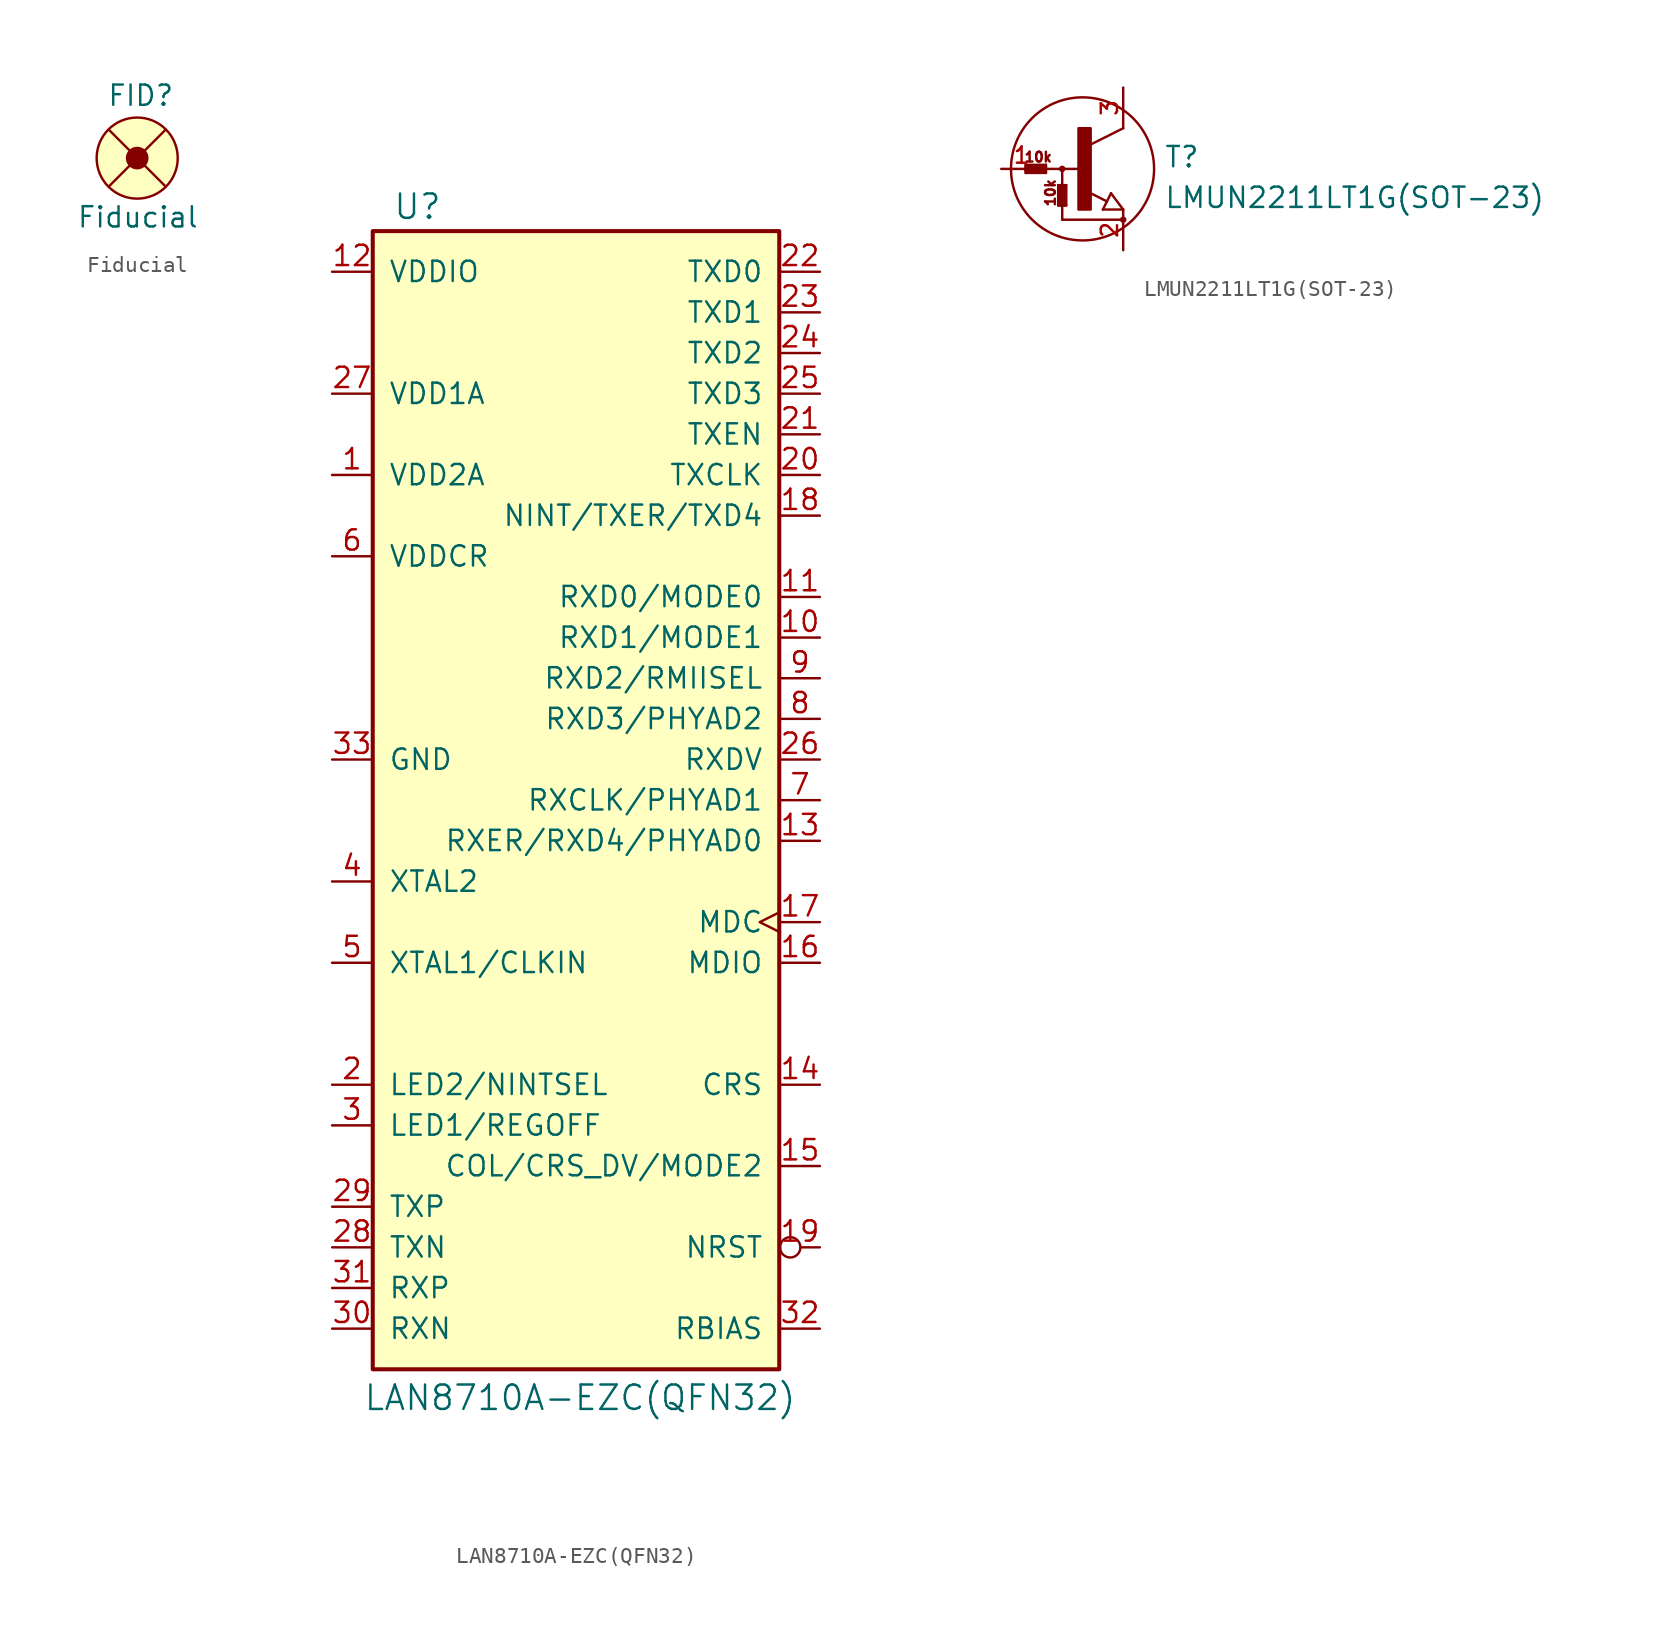
<source format=kicad_sym>
(kicad_symbol_lib
  (version 20231120)
  (generator "kicad_symbol_editor")
  (generator_version "8.0")
  (symbol "Fiducial"
    (pin_numbers hide)
    (pin_names
      (offset 0) hide)
    (property "Reference" "FID"
      (at -1.905 3.175 0)
      (effects (font (size 1.27 1.27)) (justify left bottom)))
    (property "Value" "Fiducial"
      (at -3.81 -4.445 0)
      (effects (font (size 1.27 1.27)) (justify left bottom)))
    (property "Datasheet" ""
      (at -1.27 0 90)
      (effects (font (size 1.524 1.524))))
    (symbol "Fiducial_0_1"
      (polyline (pts (xy -1.778 -1.778) (xy 1.778 1.778)) (stroke (width 0) (type solid)) (fill (type none)))
      (polyline (pts (xy 1.778 -1.778) (xy -1.778 1.778)) (stroke (width 0) (type solid)) (fill (type none)))
      (circle (center 0 0) (radius 0.635) (stroke (width 0) (type solid)) (fill (type outline)))
      (circle (center 0 0) (radius 2.54) (stroke (width 0) (type solid)) (fill (type background))))
    (symbol "Fiducial_1_1"
      (pin no_connect line (at 0 0 90) (length 0) (name "FID*" (effects (font (size 1.27 1.27)))) (number "Fid1" (effects (font (size 1.27 1.27)))))))
  (symbol "LAN8710A-EZC(QFN32)"
    (pin_names
      (offset 1.016))
    (property "Reference" "U"
      (at -9.906 37.084 0)
      (effects (font (size 1.524 1.524))))
    (property "Value" "LAN8710A-EZC(QFN32)"
      (at 0.254 -37.338 0)
      (effects (font (size 1.524 1.524))))
    (symbol "LAN8710A-EZC(QFN32)_0_1"
      (rectangle (start -12.7 35.56) (end 12.7 -35.56) (stroke (width 0.254) (type solid)) (fill (type background))))
    (symbol "LAN8710A-EZC(QFN32)_1_1"
      (pin power_in line (at -15.24 20.32 0) (length 2.489) (name "VDD2A" (effects (font (size 1.27 1.27)))) (number "1" (effects (font (size 1.27 1.27)))))
      (pin bidirectional line (at 15.24 10.16 180) (length 2.489) (name "RXD1/MODE1" (effects (font (size 1.27 1.27)))) (number "10" (effects (font (size 1.27 1.27)))))
      (pin bidirectional line (at 15.24 12.7 180) (length 2.489) (name "RXD0/MODE0" (effects (font (size 1.27 1.27)))) (number "11" (effects (font (size 1.27 1.27)))))
      (pin power_in line (at -15.24 33.02 0) (length 2.489) (name "VDDIO" (effects (font (size 1.27 1.27)))) (number "12" (effects (font (size 1.27 1.27)))))
      (pin bidirectional line (at 15.24 -2.54 180) (length 2.489) (name "RXER/RXD4/PHYAD0" (effects (font (size 1.27 1.27)))) (number "13" (effects (font (size 1.27 1.27)))))
      (pin output line (at 15.24 -17.78 180) (length 2.489) (name "CRS" (effects (font (size 1.27 1.27)))) (number "14" (effects (font (size 1.27 1.27)))))
      (pin bidirectional line (at 15.24 -22.86 180) (length 2.489) (name "COL/CRS_DV/MODE2" (effects (font (size 1.27 1.27)))) (number "15" (effects (font (size 1.27 1.27)))))
      (pin bidirectional line (at 15.24 -10.16 180) (length 2.489) (name "MDIO" (effects (font (size 1.27 1.27)))) (number "16" (effects (font (size 1.27 1.27)))))
      (pin input clock (at 15.24 -7.62 180) (length 2.489) (name "MDC" (effects (font (size 1.27 1.27)))) (number "17" (effects (font (size 1.27 1.27)))))
      (pin bidirectional line (at 15.24 17.78 180) (length 2.489) (name "NINT/TXER/TXD4" (effects (font (size 1.27 1.27)))) (number "18" (effects (font (size 1.27 1.27)))))
      (pin input inverted (at 15.24 -27.94 180) (length 2.489) (name "NRST" (effects (font (size 1.27 1.27)))) (number "19" (effects (font (size 1.27 1.27)))))
      (pin bidirectional line (at -15.24 -17.78 0) (length 2.489) (name "LED2/NINTSEL" (effects (font (size 1.27 1.27)))) (number "2" (effects (font (size 1.27 1.27)))))
      (pin output line (at 15.24 20.32 180) (length 2.489) (name "TXCLK" (effects (font (size 1.27 1.27)))) (number "20" (effects (font (size 1.27 1.27)))))
      (pin input line (at 15.24 22.86 180) (length 2.489) (name "TXEN" (effects (font (size 1.27 1.27)))) (number "21" (effects (font (size 1.27 1.27)))))
      (pin input line (at 15.24 33.02 180) (length 2.489) (name "TXD0" (effects (font (size 1.27 1.27)))) (number "22" (effects (font (size 1.27 1.27)))))
      (pin input line (at 15.24 30.48 180) (length 2.489) (name "TXD1" (effects (font (size 1.27 1.27)))) (number "23" (effects (font (size 1.27 1.27)))))
      (pin input line (at 15.24 27.94 180) (length 2.489) (name "TXD2" (effects (font (size 1.27 1.27)))) (number "24" (effects (font (size 1.27 1.27)))))
      (pin input line (at 15.24 25.4 180) (length 2.489) (name "TXD3" (effects (font (size 1.27 1.27)))) (number "25" (effects (font (size 1.27 1.27)))))
      (pin output line (at 15.24 2.54 180) (length 2.489) (name "RXDV" (effects (font (size 1.27 1.27)))) (number "26" (effects (font (size 1.27 1.27)))))
      (pin power_in line (at -15.24 25.4 0) (length 2.489) (name "VDD1A" (effects (font (size 1.27 1.27)))) (number "27" (effects (font (size 1.27 1.27)))))
      (pin output line (at -15.24 -27.94 0) (length 2.489) (name "TXN" (effects (font (size 1.27 1.27)))) (number "28" (effects (font (size 1.27 1.27)))))
      (pin output line (at -15.24 -25.4 0) (length 2.489) (name "TXP" (effects (font (size 1.27 1.27)))) (number "29" (effects (font (size 1.27 1.27)))))
      (pin bidirectional line (at -15.24 -20.32 0) (length 2.489) (name "LED1/REGOFF" (effects (font (size 1.27 1.27)))) (number "3" (effects (font (size 1.27 1.27)))))
      (pin input line (at -15.24 -33.02 0) (length 2.489) (name "RXN" (effects (font (size 1.27 1.27)))) (number "30" (effects (font (size 1.27 1.27)))))
      (pin input line (at -15.24 -30.48 0) (length 2.489) (name "RXP" (effects (font (size 1.27 1.27)))) (number "31" (effects (font (size 1.27 1.27)))))
      (pin input line (at 15.24 -33.02 180) (length 2.489) (name "RBIAS" (effects (font (size 1.27 1.27)))) (number "32" (effects (font (size 1.27 1.27)))))
      (pin power_in line (at -15.24 2.54 0) (length 2.489) (name "GND" (effects (font (size 1.27 1.27)))) (number "33" (effects (font (size 1.27 1.27)))))
      (pin output line (at -15.24 -5.08 0) (length 2.489) (name "XTAL2" (effects (font (size 1.27 1.27)))) (number "4" (effects (font (size 1.27 1.27)))))
      (pin input line (at -15.24 -10.16 0) (length 2.489) (name "XTAL1/CLKIN" (effects (font (size 1.27 1.27)))) (number "5" (effects (font (size 1.27 1.27)))))
      (pin power_in line (at -15.24 15.24 0) (length 2.489) (name "VDDCR" (effects (font (size 1.27 1.27)))) (number "6" (effects (font (size 1.27 1.27)))))
      (pin bidirectional line (at 15.24 0 180) (length 2.489) (name "RXCLK/PHYAD1" (effects (font (size 1.27 1.27)))) (number "7" (effects (font (size 1.27 1.27)))))
      (pin bidirectional line (at 15.24 5.08 180) (length 2.489) (name "RXD3/PHYAD2" (effects (font (size 1.27 1.27)))) (number "8" (effects (font (size 1.27 1.27)))))
      (pin bidirectional line (at 15.24 7.62 180) (length 2.489) (name "RXD2/RMIISEL" (effects (font (size 1.27 1.27)))) (number "9" (effects (font (size 1.27 1.27)))))))
  (symbol "LMUN2211LT1G(SOT-23)"
    (pin_names
      (offset 0) hide)
    (property "Reference" "T"
      (at 5.08 0 0)
      (effects (font (size 1.27 1.27)) (justify left bottom)))
    (property "Value" "LMUN2211LT1G(SOT-23)"
      (at 5.08 -2.54 0)
      (effects (font (size 1.27 1.27)) (justify left bottom)))
    (property "Datasheet" ""
      (at 0 0 0)
      (effects (font (size 1.524 1.524))))
    (symbol "LMUN2211LT1G(SOT-23)_1_0"
      (polyline (pts (xy -3.556 -0.254) (xy -2.286 -0.254)) (stroke (width 0) (type solid)) (fill (type none)))
      (polyline (pts (xy -3.556 -0.127) (xy -3.556 -0.254)) (stroke (width 0) (type solid)) (fill (type none)))
      (polyline (pts (xy -3.556 -0.127) (xy -2.286 -0.127)) (stroke (width 0) (type solid)) (fill (type none)))
      (polyline (pts (xy -3.556 0) (xy -3.556 -0.127)) (stroke (width 0) (type solid)) (fill (type none)))
      (polyline (pts (xy -3.556 0.127) (xy -3.556 0)) (stroke (width 0) (type solid)) (fill (type none)))
      (polyline (pts (xy -3.556 0.127) (xy -2.286 0.127)) (stroke (width 0) (type solid)) (fill (type none)))
      (polyline (pts (xy -3.556 0.254) (xy -3.556 0.127)) (stroke (width 0) (type solid)) (fill (type none)))
      (polyline (pts (xy -3.556 0.254) (xy -2.286 0.254)) (stroke (width 0) (type solid)) (fill (type none)))
      (polyline (pts (xy -2.286 0) (xy -3.556 0)) (stroke (width 0) (type solid)) (fill (type none)))
      (polyline (pts (xy -2.286 0) (xy -2.286 -0.254)) (stroke (width 0) (type solid)) (fill (type none)))
      (polyline (pts (xy -2.286 0.127) (xy -2.286 0)) (stroke (width 0) (type solid)) (fill (type none)))
      (polyline (pts (xy -2.286 0.254) (xy -2.286 0.127)) (stroke (width 0) (type solid)) (fill (type none)))
      (polyline (pts (xy -1.524 -2.286) (xy -1.524 -1.016)) (stroke (width 0) (type solid)) (fill (type none)))
      (polyline (pts (xy -1.524 -2.286) (xy -1.397 -2.286)) (stroke (width 0) (type solid)) (fill (type none)))
      (polyline (pts (xy -1.524 -1.016) (xy -1.397 -1.016)) (stroke (width 0) (type solid)) (fill (type none)))
      (polyline (pts (xy -1.397 -2.286) (xy -1.397 -1.016)) (stroke (width 0) (type solid)) (fill (type none)))
      (polyline (pts (xy -1.397 -2.286) (xy -1.143 -2.286)) (stroke (width 0) (type solid)) (fill (type none)))
      (polyline (pts (xy -1.397 -1.016) (xy -1.143 -1.016)) (stroke (width 0) (type solid)) (fill (type none)))
      (polyline (pts (xy -1.27 -3.175) (xy 2.54 -3.175)) (stroke (width 0) (type solid)) (fill (type none)))
      (polyline (pts (xy -1.27 0) (xy -2.286 0)) (stroke (width 0) (type solid)) (fill (type none)))
      (polyline (pts (xy -1.27 0) (xy -1.27 -3.175)) (stroke (width 0) (type solid)) (fill (type none)))
      (polyline (pts (xy -1.143 -2.286) (xy -1.143 -1.016)) (stroke (width 0) (type solid)) (fill (type none)))
      (polyline (pts (xy -1.143 -2.286) (xy -1.016 -2.286)) (stroke (width 0) (type solid)) (fill (type none)))
      (polyline (pts (xy -1.143 -1.016) (xy -1.016 -1.016)) (stroke (width 0) (type solid)) (fill (type none)))
      (polyline (pts (xy -1.016 -2.286) (xy -1.016 -1.016)) (stroke (width 0) (type solid)) (fill (type none)))
      (polyline (pts (xy 0 0) (xy -1.27 0)) (stroke (width 0) (type solid)) (fill (type none)))
      (polyline (pts (xy 1.27 -2.54) (xy 1.778 -1.524)) (stroke (width 0) (type solid)) (fill (type none)))
      (polyline (pts (xy 1.524 -2.032) (xy 0.305 -1.422)) (stroke (width 0) (type solid)) (fill (type none)))
      (polyline (pts (xy 1.778 -1.524) (xy 2.54 -2.54)) (stroke (width 0) (type solid)) (fill (type none)))
      (polyline (pts (xy 2.54 -2.54) (xy 1.27 -2.54)) (stroke (width 0) (type solid)) (fill (type none)))
      (polyline (pts (xy 2.54 2.54) (xy 0.508 1.524)) (stroke (width 0) (type solid)) (fill (type none)))
      (text "10k" (at -2.769 0.737 0) (effects (font (size 0.61 0.61))))
      (text "10k" (at -2.007 -1.499 900) (effects (font (size 0.61 0.61)))))
    (symbol "LMUN2211LT1G(SOT-23)_1_1"
      (circle (center -1.27 0) (radius 0.127) (stroke (width 0) (type solid)) (fill (type outline)))
      (rectangle (start -0.254 -2.54) (end 0.508 2.54) (stroke (width 0) (type solid)) (fill (type outline)))
      (circle (center 0 0) (radius 4.47) (stroke (width 0) (type solid)) (fill (type none)))
      (circle (center 2.54 -3.175) (radius 0.127) (stroke (width 0) (type solid)) (fill (type outline)))
      (pin passive line (at -5.08 0 0) (length 2.54) (name "B" (effects (font (size 1.016 1.016)))) (number "1" (effects (font (size 1.016 1.016)))))
      (pin passive line (at 2.54 -5.08 90) (length 2.54) (name "E" (effects (font (size 1.016 1.016)))) (number "2" (effects (font (size 1.016 1.016)))))
      (pin passive line (at 2.54 5.08 270) (length 2.54) (name "C" (effects (font (size 1.016 1.016)))) (number "3" (effects (font (size 1.016 1.016))))))))
</source>
